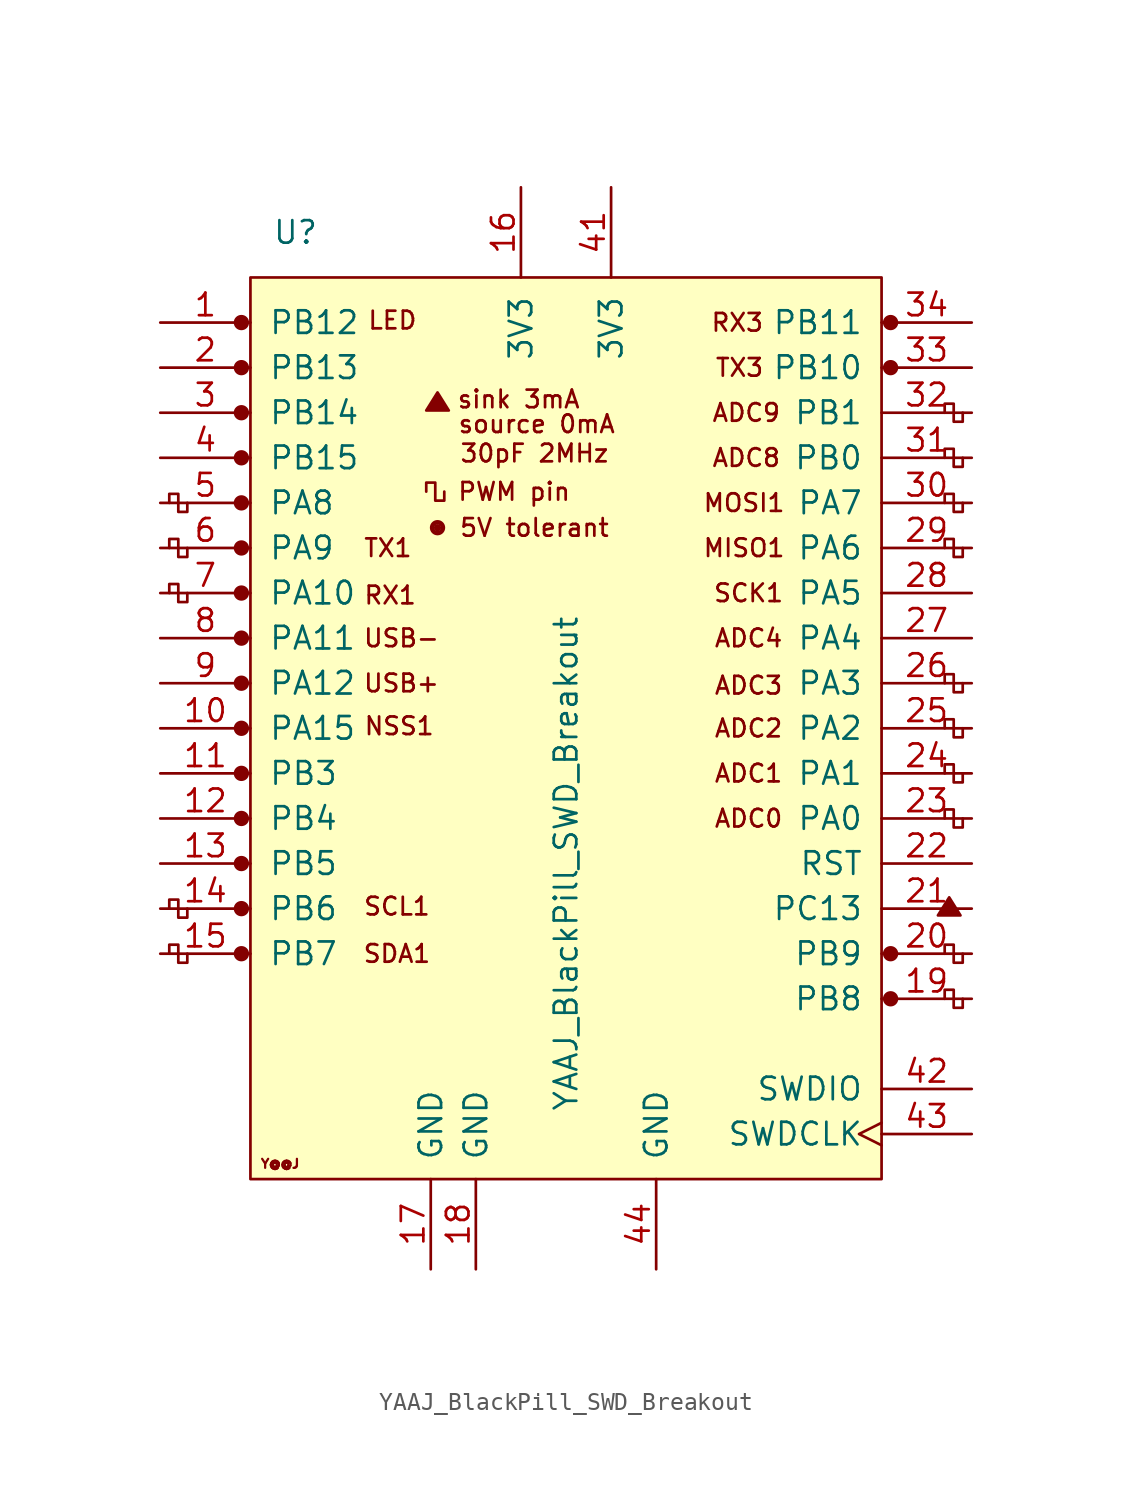
<source format=kicad_sym>
(kicad_symbol_lib
  (version 20231120)
  (generator "kicad_symbol_editor")
  (generator_version "8.0")
  (symbol "YAAJ_BlackPill_SWD_Breakout"
    (pin_names
      (offset 1.016))
    (property "Reference" "U"
      (at -15.24 27.94 0)
      (effects (font (size 1.27 1.27))))
    (property "Value" "YAAJ_BlackPill_SWD_Breakout"
      (at 0 -7.62 90)
      (effects (font (size 1.27 1.27))))
    (symbol "YAAJ_BlackPill_SWD_Breakout_0_0"
      (circle (center -18.288 -12.7) (radius 0.356) (stroke (width 0) (type solid)) (fill (type outline)))
      (circle (center -18.288 -10.16) (radius 0.356) (stroke (width 0) (type solid)) (fill (type outline)))
      (circle (center -18.288 -7.62) (radius 0.356) (stroke (width 0) (type solid)) (fill (type outline)))
      (circle (center -18.288 -5.08) (radius 0.356) (stroke (width 0) (type solid)) (fill (type outline)))
      (circle (center -18.288 -2.54) (radius 0.356) (stroke (width 0) (type solid)) (fill (type outline)))
      (circle (center -18.288 0) (radius 0.356) (stroke (width 0) (type solid)) (fill (type outline)))
      (circle (center -18.288 2.54) (radius 0.356) (stroke (width 0) (type solid)) (fill (type outline)))
      (circle (center -18.288 5.08) (radius 0.356) (stroke (width 0) (type solid)) (fill (type outline)))
      (circle (center -18.288 7.62) (radius 0.356) (stroke (width 0) (type solid)) (fill (type outline)))
      (circle (center -18.288 10.16) (radius 0.356) (stroke (width 0) (type solid)) (fill (type outline)))
      (circle (center -18.288 12.7) (radius 0.356) (stroke (width 0) (type solid)) (fill (type outline)))
      (circle (center -18.288 15.24) (radius 0.356) (stroke (width 0) (type solid)) (fill (type outline)))
      (circle (center -18.288 17.78) (radius 0.356) (stroke (width 0) (type solid)) (fill (type outline)))
      (circle (center -18.288 22.86) (radius 0.356) (stroke (width 0) (type solid)) (fill (type outline)))
      (circle (center -7.239 11.303) (radius 0.127) (stroke (width 0) (type solid)) (fill (type outline)))
      (circle (center -7.239 11.303) (radius 0.254) (stroke (width 0) (type solid)) (fill (type none)))
      (circle (center -7.239 11.303) (radius 0.356) (stroke (width 0) (type solid)) (fill (type none)))
      (polyline (pts (xy -7.874 17.907) (xy -7.239 18.923) (xy -6.604 17.907) (xy -7.874 17.907) (xy -7.239 18.796) (xy -6.731 17.907) (xy -7.747 18.034) (xy -7.239 18.669) (xy -6.858 17.907) (xy -7.62 18.161) (xy -7.112 18.542) (xy -6.985 17.907) (xy -7.493 18.288) (xy -6.985 18.415) (xy -7.112 18.034) (xy -7.366 18.288) (xy -7.112 18.161) (xy -7.239 18.415)) (stroke (width 0) (type solid)) (fill (type none)))
      (polyline (pts (xy 20.955 -10.541) (xy 21.59 -9.525) (xy 22.225 -10.541) (xy 20.955 -10.541) (xy 21.59 -9.652) (xy 22.098 -10.541) (xy 21.082 -10.414) (xy 21.59 -9.779) (xy 21.971 -10.541) (xy 21.209 -10.287) (xy 21.717 -9.906) (xy 21.844 -10.541) (xy 21.336 -10.16) (xy 21.844 -10.033) (xy 21.717 -10.414) (xy 21.463 -10.16) (xy 21.717 -10.287) (xy 21.59 -10.033)) (stroke (width 0) (type solid)) (fill (type none)))
      (circle (center 18.288 -15.24) (radius 0.356) (stroke (width 0) (type solid)) (fill (type outline)))
      (circle (center 18.288 -12.7) (radius 0.356) (stroke (width 0) (type solid)) (fill (type outline)))
      (circle (center 18.288 20.32) (radius 0.254) (stroke (width 0) (type solid)) (fill (type outline)))
      (circle (center 18.288 20.32) (radius 0.356) (stroke (width 0) (type solid)) (fill (type none)))
      (circle (center 18.288 22.86) (radius 0.254) (stroke (width 0) (type solid)) (fill (type outline)))
      (circle (center 18.288 22.86) (radius 0.356) (stroke (width 0) (type solid)) (fill (type none)))
      (text "30pF 2MHz" (at -1.778 15.494 0) (effects (font (size 0.991 0.991))))
      (text "5V tolerant" (at -1.778 11.303 0) (effects (font (size 0.991 0.991))))
      (text "ADC0" (at 10.287 -5.08 0) (effects (font (size 0.991 0.991))))
      (text "ADC1" (at 10.287 -2.54 0) (effects (font (size 0.991 0.991))))
      (text "ADC2" (at 10.287 0 0) (effects (font (size 0.991 0.991))))
      (text "ADC3" (at 10.287 2.413 0) (effects (font (size 0.991 0.991))))
      (text "ADC4" (at 10.287 5.08 0) (effects (font (size 0.991 0.991))))
      (text "ADC8" (at 10.16 15.24 0) (effects (font (size 0.991 0.991))))
      (text "ADC9" (at 10.16 17.78 0) (effects (font (size 0.991 0.991))))
      (text "LED" (at -9.779 22.987 0) (effects (font (size 0.991 0.991))))
      (text "MISO1" (at 10.033 10.16 0) (effects (font (size 0.991 0.991))))
      (text "MOSI1" (at 10.033 12.7 0) (effects (font (size 0.991 0.991))))
      (text "NSS1" (at -9.398 0.127 0) (effects (font (size 0.991 0.991))))
      (text "PWM pin" (at -2.921 13.335 0) (effects (font (size 0.991 0.991))))
      (text "RX1" (at -9.906 7.493 0) (effects (font (size 0.991 0.991))))
      (text "RX3" (at 9.652 22.86 0) (effects (font (size 0.991 0.991))))
      (text "SCK1" (at 10.287 7.62 0) (effects (font (size 0.991 0.991))))
      (text "SCL1" (at -9.525 -10.033 0) (effects (font (size 0.991 0.991))))
      (text "SDA1" (at -9.525 -12.7 0) (effects (font (size 0.991 0.991))))
      (text "sink 3mA" (at -2.667 18.542 0) (effects (font (size 0.991 0.991))))
      (text "source 0mA" (at -1.651 17.145 0) (effects (font (size 0.991 0.991))))
      (text "TX1" (at -10.033 10.16 0) (effects (font (size 0.991 0.991))))
      (text "TX3" (at 9.779 20.32 0) (effects (font (size 0.991 0.991))))
      (text "USB+" (at -9.271 2.54 0) (effects (font (size 0.991 0.991))))
      (text "USB-" (at -9.271 5.08 0) (effects (font (size 0.991 0.991))))
      (text "Y@@J" (at -16.104 -24.536 0) (effects (font (size 0.508 0.508)))))
    (symbol "YAAJ_BlackPill_SWD_Breakout_0_1"
      (rectangle (start -17.78 25.4) (end 17.78 -25.4) (stroke (width 0) (type solid)) (fill (type background)))
      (polyline (pts (xy -21.336 -12.7) (xy -21.336 -13.208) (xy -21.844 -13.208) (xy -21.844 -12.192) (xy -22.352 -12.192) (xy -22.352 -12.7)) (stroke (width 0) (type solid)) (fill (type none)))
      (polyline (pts (xy -21.336 -10.16) (xy -21.336 -10.668) (xy -21.844 -10.668) (xy -21.844 -9.652) (xy -22.352 -9.652) (xy -22.352 -10.16)) (stroke (width 0) (type solid)) (fill (type none)))
      (polyline (pts (xy -21.336 7.62) (xy -21.336 7.112) (xy -21.844 7.112) (xy -21.844 8.128) (xy -22.352 8.128) (xy -22.352 7.62)) (stroke (width 0) (type solid)) (fill (type none)))
      (polyline (pts (xy -21.336 10.16) (xy -21.336 9.652) (xy -21.844 9.652) (xy -21.844 10.668) (xy -22.352 10.668) (xy -22.352 10.16)) (stroke (width 0) (type solid)) (fill (type none)))
      (polyline (pts (xy -21.336 12.7) (xy -21.336 12.192) (xy -21.844 12.192) (xy -21.844 13.208) (xy -22.352 13.208) (xy -22.352 12.7)) (stroke (width 0) (type solid)) (fill (type none)))
      (polyline (pts (xy -6.858 13.335) (xy -6.858 12.827) (xy -7.366 12.827) (xy -7.366 13.843) (xy -7.874 13.843) (xy -7.874 13.335)) (stroke (width 0) (type solid)) (fill (type none)))
      (polyline (pts (xy 21.336 -15.24) (xy 21.336 -14.732) (xy 21.844 -14.732) (xy 21.844 -15.748) (xy 22.352 -15.748) (xy 22.352 -15.24)) (stroke (width 0) (type solid)) (fill (type none)))
      (polyline (pts (xy 21.336 -12.7) (xy 21.336 -12.192) (xy 21.844 -12.192) (xy 21.844 -13.208) (xy 22.352 -13.208) (xy 22.352 -12.7)) (stroke (width 0) (type solid)) (fill (type none)))
      (polyline (pts (xy 22.352 -5.08) (xy 22.352 -5.588) (xy 21.844 -5.588) (xy 21.844 -4.572) (xy 21.336 -4.572) (xy 21.336 -5.08)) (stroke (width 0) (type solid)) (fill (type none)))
      (polyline (pts (xy 22.352 -2.54) (xy 22.352 -3.048) (xy 21.844 -3.048) (xy 21.844 -2.032) (xy 21.336 -2.032) (xy 21.336 -2.54)) (stroke (width 0) (type solid)) (fill (type none)))
      (polyline (pts (xy 22.352 0) (xy 22.352 -0.508) (xy 21.844 -0.508) (xy 21.844 0.508) (xy 21.336 0.508) (xy 21.336 0)) (stroke (width 0) (type solid)) (fill (type none)))
      (polyline (pts (xy 22.352 2.54) (xy 22.352 2.032) (xy 21.844 2.032) (xy 21.844 3.048) (xy 21.336 3.048) (xy 21.336 2.54)) (stroke (width 0) (type solid)) (fill (type none)))
      (polyline (pts (xy 22.352 10.16) (xy 22.352 9.652) (xy 21.844 9.652) (xy 21.844 10.668) (xy 21.336 10.668) (xy 21.336 10.16)) (stroke (width 0) (type solid)) (fill (type none)))
      (polyline (pts (xy 22.352 12.7) (xy 22.352 12.192) (xy 21.844 12.192) (xy 21.844 13.208) (xy 21.336 13.208) (xy 21.336 12.7)) (stroke (width 0) (type solid)) (fill (type none)))
      (polyline (pts (xy 22.352 15.24) (xy 22.352 14.732) (xy 21.844 14.732) (xy 21.844 15.748) (xy 21.336 15.748) (xy 21.336 15.24)) (stroke (width 0) (type solid)) (fill (type none)))
      (polyline (pts (xy 22.352 17.78) (xy 22.352 17.272) (xy 21.844 17.272) (xy 21.844 18.288) (xy 21.336 18.288) (xy 21.336 17.78)) (stroke (width 0) (type solid)) (fill (type none))))
    (symbol "YAAJ_BlackPill_SWD_Breakout_1_1"
      (circle (center -18.288 20.32) (radius 0.356) (stroke (width 0) (type solid)) (fill (type outline)))
      (pin bidirectional line (at -22.86 22.86 0) (length 5.08) (name "PB12" (effects (font (size 1.27 1.27)))) (number "1" (effects (font (size 1.27 1.27)))))
      (pin bidirectional line (at -22.86 0 0) (length 5.08) (name "PA15" (effects (font (size 1.27 1.27)))) (number "10" (effects (font (size 1.27 1.27)))))
      (pin bidirectional line (at -22.86 -2.54 0) (length 5.08) (name "PB3" (effects (font (size 1.27 1.27)))) (number "11" (effects (font (size 1.27 1.27)))))
      (pin bidirectional line (at -22.86 -5.08 0) (length 5.08) (name "PB4" (effects (font (size 1.27 1.27)))) (number "12" (effects (font (size 1.27 1.27)))))
      (pin bidirectional line (at -22.86 -7.62 0) (length 5.08) (name "PB5" (effects (font (size 1.27 1.27)))) (number "13" (effects (font (size 1.27 1.27)))))
      (pin bidirectional line (at -22.86 -10.16 0) (length 5.08) (name "PB6" (effects (font (size 1.27 1.27)))) (number "14" (effects (font (size 1.27 1.27)))))
      (pin bidirectional line (at -22.86 -12.7 0) (length 5.08) (name "PB7" (effects (font (size 1.27 1.27)))) (number "15" (effects (font (size 1.27 1.27)))))
      (pin power_in line (at -2.54 30.48 270) (length 5.08) (name "3V3" (effects (font (size 1.27 1.27)))) (number "16" (effects (font (size 1.27 1.27)))))
      (pin power_in line (at -7.62 -30.48 90) (length 5.08) (name "GND" (effects (font (size 1.27 1.27)))) (number "17" (effects (font (size 1.27 1.27)))))
      (pin power_in line (at -5.08 -30.48 90) (length 5.08) (name "GND" (effects (font (size 1.27 1.27)))) (number "18" (effects (font (size 1.27 1.27)))))
      (pin bidirectional line (at 22.86 -15.24 180) (length 5.08) (name "PB8" (effects (font (size 1.27 1.27)))) (number "19" (effects (font (size 1.27 1.27)))))
      (pin bidirectional line (at -22.86 20.32 0) (length 5.08) (name "PB13" (effects (font (size 1.27 1.27)))) (number "2" (effects (font (size 1.27 1.27)))))
      (pin bidirectional line (at 22.86 -12.7 180) (length 5.08) (name "PB9" (effects (font (size 1.27 1.27)))) (number "20" (effects (font (size 1.27 1.27)))))
      (pin bidirectional line (at 22.86 -10.16 180) (length 5.08) (name "PC13" (effects (font (size 1.27 1.27)))) (number "21" (effects (font (size 1.27 1.27)))))
      (pin input line (at 22.86 -7.62 180) (length 5.08) (name "RST" (effects (font (size 1.27 1.27)))) (number "22" (effects (font (size 1.27 1.27)))))
      (pin bidirectional line (at 22.86 -5.08 180) (length 5.08) (name "PA0" (effects (font (size 1.27 1.27)))) (number "23" (effects (font (size 1.27 1.27)))))
      (pin bidirectional line (at 22.86 -2.54 180) (length 5.08) (name "PA1" (effects (font (size 1.27 1.27)))) (number "24" (effects (font (size 1.27 1.27)))))
      (pin bidirectional line (at 22.86 0 180) (length 5.08) (name "PA2" (effects (font (size 1.27 1.27)))) (number "25" (effects (font (size 1.27 1.27)))))
      (pin bidirectional line (at 22.86 2.54 180) (length 5.08) (name "PA3" (effects (font (size 1.27 1.27)))) (number "26" (effects (font (size 1.27 1.27)))))
      (pin bidirectional line (at 22.86 5.08 180) (length 5.08) (name "PA4" (effects (font (size 1.27 1.27)))) (number "27" (effects (font (size 1.27 1.27)))))
      (pin bidirectional line (at 22.86 7.62 180) (length 5.08) (name "PA5" (effects (font (size 1.27 1.27)))) (number "28" (effects (font (size 1.27 1.27)))))
      (pin bidirectional line (at 22.86 10.16 180) (length 5.08) (name "PA6" (effects (font (size 1.27 1.27)))) (number "29" (effects (font (size 1.27 1.27)))))
      (pin bidirectional line (at -22.86 17.78 0) (length 5.08) (name "PB14" (effects (font (size 1.27 1.27)))) (number "3" (effects (font (size 1.27 1.27)))))
      (pin bidirectional line (at 22.86 12.7 180) (length 5.08) (name "PA7" (effects (font (size 1.27 1.27)))) (number "30" (effects (font (size 1.27 1.27)))))
      (pin bidirectional line (at 22.86 15.24 180) (length 5.08) (name "PB0" (effects (font (size 1.27 1.27)))) (number "31" (effects (font (size 1.27 1.27)))))
      (pin bidirectional line (at 22.86 17.78 180) (length 5.08) (name "PB1" (effects (font (size 1.27 1.27)))) (number "32" (effects (font (size 1.27 1.27)))))
      (pin bidirectional line (at 22.86 20.32 180) (length 5.08) (name "PB10" (effects (font (size 1.27 1.27)))) (number "33" (effects (font (size 1.27 1.27)))))
      (pin bidirectional line (at 22.86 22.86 180) (length 5.08) (name "PB11" (effects (font (size 1.27 1.27)))) (number "34" (effects (font (size 1.27 1.27)))))
      (pin bidirectional line (at -22.86 15.24 0) (length 5.08) (name "PB15" (effects (font (size 1.27 1.27)))) (number "4" (effects (font (size 1.27 1.27)))))
      (pin power_in line (at 2.54 30.48 270) (length 5.08) (name "3V3" (effects (font (size 1.27 1.27)))) (number "41" (effects (font (size 1.27 1.27)))))
      (pin bidirectional line (at 22.86 -20.32 180) (length 5.08) (name "SWDIO" (effects (font (size 1.27 1.27)))) (number "42" (effects (font (size 1.27 1.27)))))
      (pin input clock (at 22.86 -22.86 180) (length 5.08) (name "SWDCLK" (effects (font (size 1.27 1.27)))) (number "43" (effects (font (size 1.27 1.27)))))
      (pin power_in line (at 5.08 -30.48 90) (length 5.08) (name "GND" (effects (font (size 1.27 1.27)))) (number "44" (effects (font (size 1.27 1.27)))))
      (pin bidirectional line (at -22.86 12.7 0) (length 5.08) (name "PA8" (effects (font (size 1.27 1.27)))) (number "5" (effects (font (size 1.27 1.27)))))
      (pin bidirectional line (at -22.86 10.16 0) (length 5.08) (name "PA9" (effects (font (size 1.27 1.27)))) (number "6" (effects (font (size 1.27 1.27)))))
      (pin bidirectional line (at -22.86 7.62 0) (length 5.08) (name "PA10" (effects (font (size 1.27 1.27)))) (number "7" (effects (font (size 1.27 1.27)))))
      (pin bidirectional line (at -22.86 5.08 0) (length 5.08) (name "PA11" (effects (font (size 1.27 1.27)))) (number "8" (effects (font (size 1.27 1.27)))))
      (pin bidirectional line (at -22.86 2.54 0) (length 5.08) (name "PA12" (effects (font (size 1.27 1.27)))) (number "9" (effects (font (size 1.27 1.27))))))))
</source>
